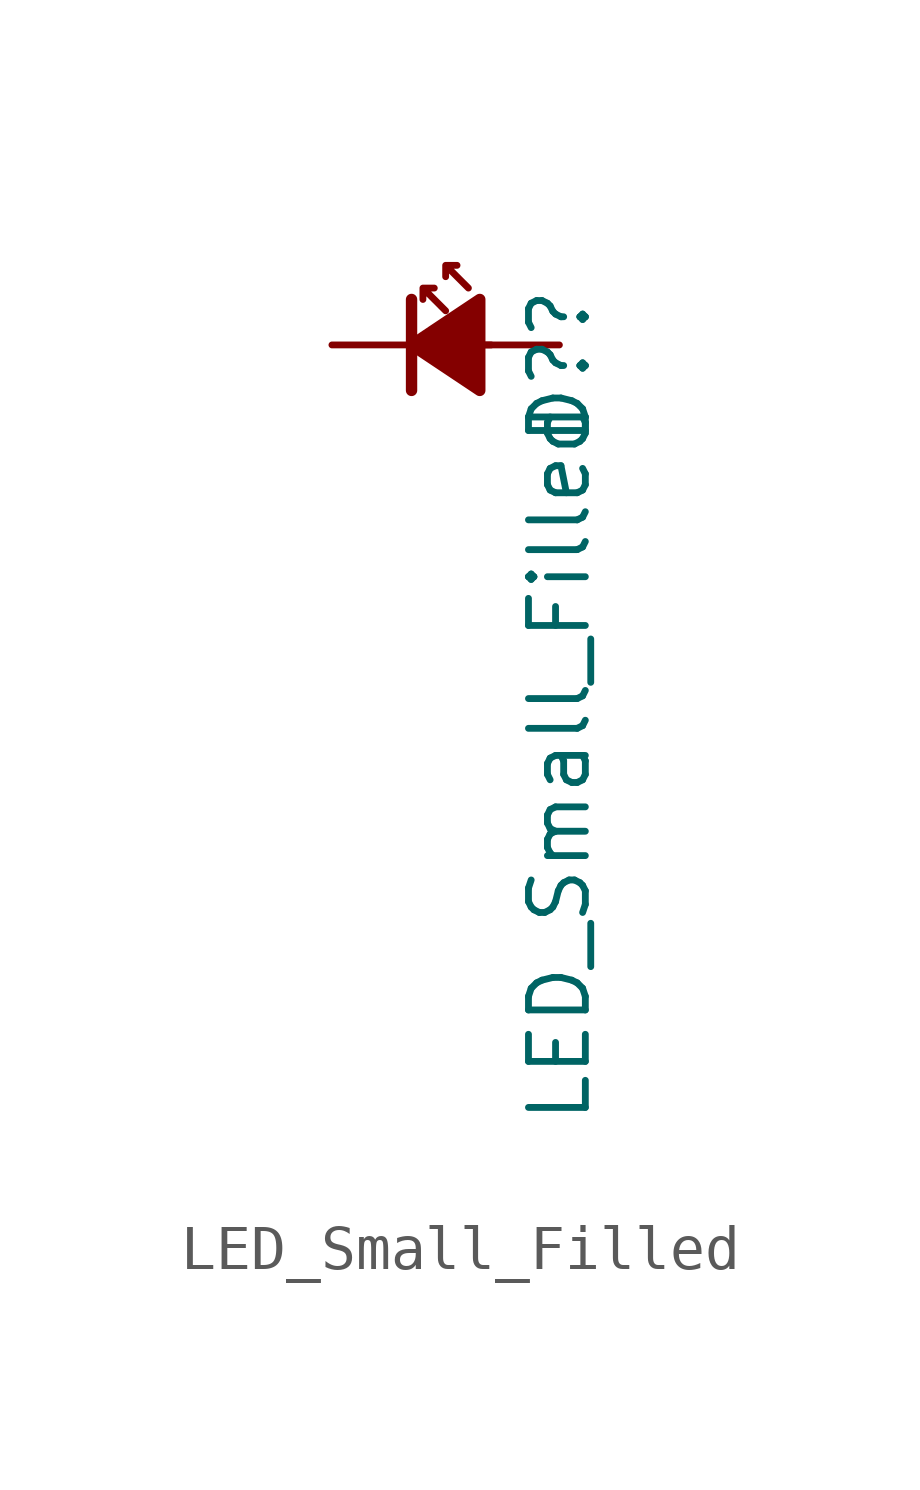
<source format=kicad_sym>
(kicad_symbol_lib
  (version 20211014)
  (generator kicad_symbol_editor)
  (symbol "LED_Small_Filled"
    (pin_numbers hide)
    (pin_names
      (offset 0.254) hide)
    (property "Reference" "D?"
      (at 2.54 1.334 90)
      (effects (font (size 1.27 1.27)) (justify right)))
    (property "Value" "LED_Small_Filled"
      (at 2.54 -1.206 90)
      (effects (font (size 1.27 1.27)) (justify right)))
    (symbol "LED_Small_Filled_0_1"
      (polyline (pts (xy -0.762 -1.016) (xy -0.762 1.016)) (stroke (width 0.254) (type default) (color 0 0 0 0)) (fill (type none)))
      (polyline (pts (xy 1.016 0) (xy -0.762 0)) (stroke (width 0) (type default) (color 0 0 0 0)) (fill (type none)))
      (polyline (pts (xy 0.762 -1.016) (xy -0.762 0) (xy 0.762 1.016) (xy 0.762 -1.016)) (stroke (width 0.254) (type default) (color 0 0 0 0)) (fill (type outline)))
      (polyline (pts (xy 0 0.762) (xy -0.508 1.27) (xy -0.254 1.27) (xy -0.508 1.27) (xy -0.508 1.016)) (stroke (width 0) (type default) (color 0 0 0 0)) (fill (type none)))
      (polyline (pts (xy 0.508 1.27) (xy 0 1.778) (xy 0.254 1.778) (xy 0 1.778) (xy 0 1.524)) (stroke (width 0) (type default) (color 0 0 0 0)) (fill (type none))))
    (symbol "LED_Small_Filled_1_1"
      (pin passive line (at -2.54 0 0) (length 1.778) (name "K" (effects (font (size 1.27 1.27)))) (number "1" (effects (font (size 1.27 1.27)))))
      (pin passive line (at 2.54 0 180) (length 1.778) (name "A" (effects (font (size 1.27 1.27)))) (number "2" (effects (font (size 1.27 1.27))))))))
</source>
